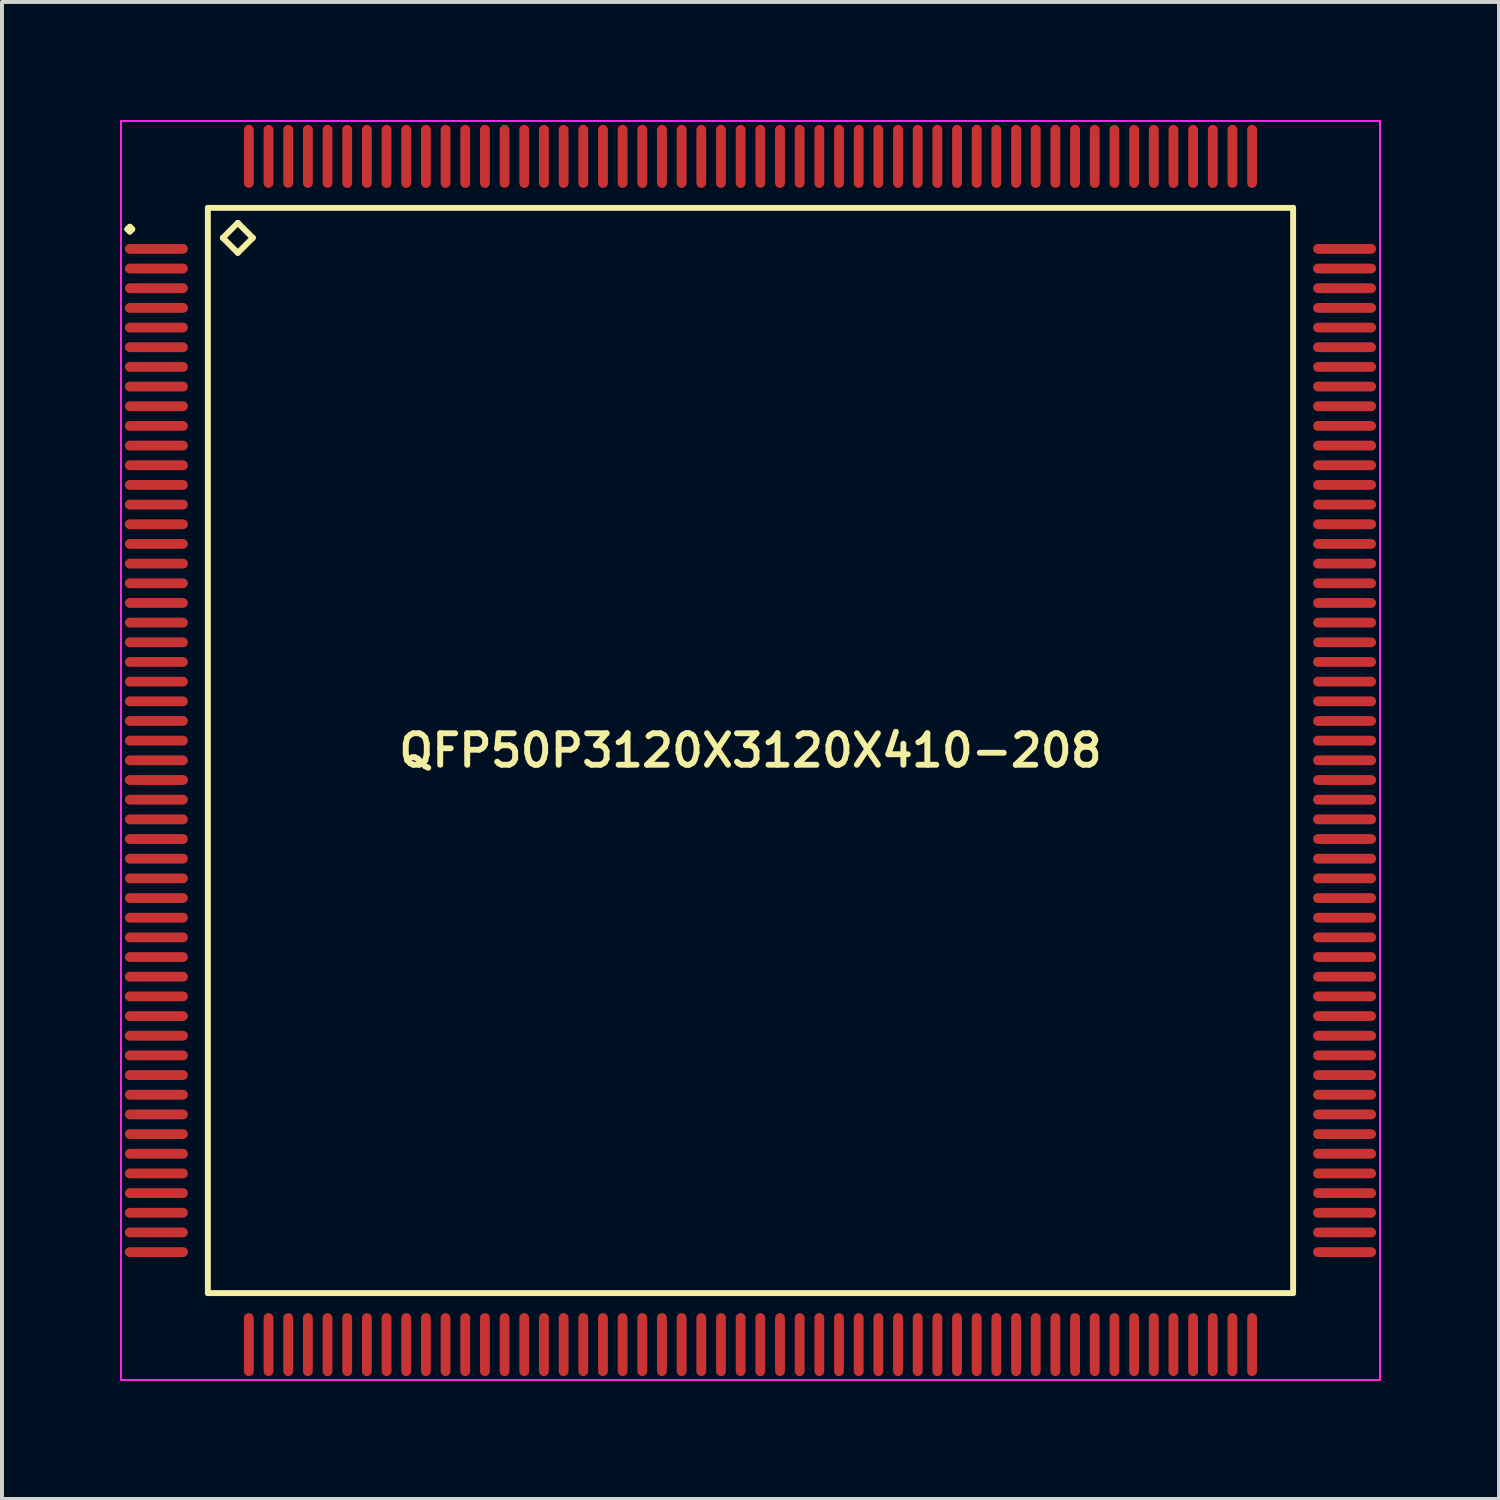
<source format=kicad_pcb>
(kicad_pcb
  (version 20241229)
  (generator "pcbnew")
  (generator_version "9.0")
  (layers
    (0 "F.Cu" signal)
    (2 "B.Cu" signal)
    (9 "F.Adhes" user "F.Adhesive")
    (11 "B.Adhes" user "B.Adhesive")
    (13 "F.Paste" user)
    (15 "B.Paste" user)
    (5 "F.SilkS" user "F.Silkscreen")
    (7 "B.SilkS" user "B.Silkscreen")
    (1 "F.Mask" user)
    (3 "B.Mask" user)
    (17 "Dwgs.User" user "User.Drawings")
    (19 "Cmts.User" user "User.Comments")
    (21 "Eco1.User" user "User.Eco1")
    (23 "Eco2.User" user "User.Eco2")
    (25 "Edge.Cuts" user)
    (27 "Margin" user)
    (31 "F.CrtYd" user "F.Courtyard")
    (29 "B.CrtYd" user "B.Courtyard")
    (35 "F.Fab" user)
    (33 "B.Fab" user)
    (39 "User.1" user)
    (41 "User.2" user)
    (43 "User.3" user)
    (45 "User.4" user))
  (footprint "QFP50P3120X3120X410-208"
    (layer "F.Cu")
    (at 16.025 16.025)
    (property "Reference" "QFP50P3120X3120X410-208" (at 0 0 0) (layer "F.SilkS") (effects (font (size 0.8 0.8) (thickness 0.15))))
    (attr smd)
    (fp_line (start -15.838 -13.25) (end -15.775 -13.312) (stroke (width 0.15) (type solid)) (layer "F.SilkS"))
    (fp_line (start -15.775 -13.312) (end -15.713 -13.25) (stroke (width 0.15) (type solid)) (layer "F.SilkS"))
    (fp_line (start -15.775 -13.188) (end -15.838 -13.25) (stroke (width 0.15) (type solid)) (layer "F.SilkS"))
    (fp_line (start -15.713 -13.25) (end -15.775 -13.188) (stroke (width 0.15) (type solid)) (layer "F.SilkS"))
    (fp_line (start -13.792 -13.792) (end -13.792 13.792) (stroke (width 0.15) (type solid)) (layer "F.SilkS"))
    (fp_line (start -13.792 13.792) (end 13.792 13.792) (stroke (width 0.15) (type solid)) (layer "F.SilkS"))
    (fp_line (start -13.411 -13.03) (end -13.03 -13.411) (stroke (width 0.15) (type solid)) (layer "F.SilkS"))
    (fp_line (start -13.03 -13.411) (end -12.649 -13.03) (stroke (width 0.15) (type solid)) (layer "F.SilkS"))
    (fp_line (start -13.03 -12.649) (end -13.411 -13.03) (stroke (width 0.15) (type solid)) (layer "F.SilkS"))
    (fp_line (start -12.649 -13.03) (end -13.03 -12.649) (stroke (width 0.15) (type solid)) (layer "F.SilkS"))
    (fp_line (start 13.792 -13.792) (end -13.792 -13.792) (stroke (width 0.15) (type solid)) (layer "F.SilkS"))
    (fp_line (start 13.792 13.792) (end 13.792 -13.792) (stroke (width 0.15) (type solid)) (layer "F.SilkS"))
    (fp_line (start -16 -16) (end 16 -16) (stroke (width 0.05) (type solid)) (layer "F.CrtYd"))
    (fp_line (start -16 16) (end -16 -16) (stroke (width 0.05) (type solid)) (layer "F.CrtYd"))
    (fp_line (start 16 -16) (end 16 16) (stroke (width 0.05) (type solid)) (layer "F.CrtYd"))
    (fp_line (start 16 16) (end -16 16) (stroke (width 0.05) (type solid)) (layer "F.CrtYd"))
    (pad "1" smd oval (at -15.1 -12.75) (size 1.6 0.25) (layers "F.Cu" "F.Mask" "F.Paste"))
    (pad "2" smd oval (at -15.1 -12.25) (size 1.6 0.25) (layers "F.Cu" "F.Mask" "F.Paste"))
    (pad "3" smd oval (at -15.1 -11.75) (size 1.6 0.25) (layers "F.Cu" "F.Mask" "F.Paste"))
    (pad "4" smd oval (at -15.1 -11.25) (size 1.6 0.25) (layers "F.Cu" "F.Mask" "F.Paste"))
    (pad "5" smd oval (at -15.1 -10.75) (size 1.6 0.25) (layers "F.Cu" "F.Mask" "F.Paste"))
    (pad "6" smd oval (at -15.1 -10.25) (size 1.6 0.25) (layers "F.Cu" "F.Mask" "F.Paste"))
    (pad "7" smd oval (at -15.1 -9.75) (size 1.6 0.25) (layers "F.Cu" "F.Mask" "F.Paste"))
    (pad "8" smd oval (at -15.1 -9.25) (size 1.6 0.25) (layers "F.Cu" "F.Mask" "F.Paste"))
    (pad "9" smd oval (at -15.1 -8.75) (size 1.6 0.25) (layers "F.Cu" "F.Mask" "F.Paste"))
    (pad "10" smd oval (at -15.1 -8.25) (size 1.6 0.25) (layers "F.Cu" "F.Mask" "F.Paste"))
    (pad "11" smd oval (at -15.1 -7.75) (size 1.6 0.25) (layers "F.Cu" "F.Mask" "F.Paste"))
    (pad "12" smd oval (at -15.1 -7.25) (size 1.6 0.25) (layers "F.Cu" "F.Mask" "F.Paste"))
    (pad "13" smd oval (at -15.1 -6.75) (size 1.6 0.25) (layers "F.Cu" "F.Mask" "F.Paste"))
    (pad "14" smd oval (at -15.1 -6.25) (size 1.6 0.25) (layers "F.Cu" "F.Mask" "F.Paste"))
    (pad "15" smd oval (at -15.1 -5.75) (size 1.6 0.25) (layers "F.Cu" "F.Mask" "F.Paste"))
    (pad "16" smd oval (at -15.1 -5.25) (size 1.6 0.25) (layers "F.Cu" "F.Mask" "F.Paste"))
    (pad "17" smd oval (at -15.1 -4.75) (size 1.6 0.25) (layers "F.Cu" "F.Mask" "F.Paste"))
    (pad "18" smd oval (at -15.1 -4.25) (size 1.6 0.25) (layers "F.Cu" "F.Mask" "F.Paste"))
    (pad "19" smd oval (at -15.1 -3.75) (size 1.6 0.25) (layers "F.Cu" "F.Mask" "F.Paste"))
    (pad "20" smd oval (at -15.1 -3.25) (size 1.6 0.25) (layers "F.Cu" "F.Mask" "F.Paste"))
    (pad "21" smd oval (at -15.1 -2.75) (size 1.6 0.25) (layers "F.Cu" "F.Mask" "F.Paste"))
    (pad "22" smd oval (at -15.1 -2.25) (size 1.6 0.25) (layers "F.Cu" "F.Mask" "F.Paste"))
    (pad "23" smd oval (at -15.1 -1.75) (size 1.6 0.25) (layers "F.Cu" "F.Mask" "F.Paste"))
    (pad "24" smd oval (at -15.1 -1.25) (size 1.6 0.25) (layers "F.Cu" "F.Mask" "F.Paste"))
    (pad "25" smd oval (at -15.1 -0.75) (size 1.6 0.25) (layers "F.Cu" "F.Mask" "F.Paste"))
    (pad "26" smd oval (at -15.1 -0.25) (size 1.6 0.25) (layers "F.Cu" "F.Mask" "F.Paste"))
    (pad "27" smd oval (at -15.1 0.25) (size 1.6 0.25) (layers "F.Cu" "F.Mask" "F.Paste"))
    (pad "28" smd oval (at -15.1 0.75) (size 1.6 0.25) (layers "F.Cu" "F.Mask" "F.Paste"))
    (pad "29" smd oval (at -15.1 1.25) (size 1.6 0.25) (layers "F.Cu" "F.Mask" "F.Paste"))
    (pad "30" smd oval (at -15.1 1.75) (size 1.6 0.25) (layers "F.Cu" "F.Mask" "F.Paste"))
    (pad "31" smd oval (at -15.1 2.25) (size 1.6 0.25) (layers "F.Cu" "F.Mask" "F.Paste"))
    (pad "32" smd oval (at -15.1 2.75) (size 1.6 0.25) (layers "F.Cu" "F.Mask" "F.Paste"))
    (pad "33" smd oval (at -15.1 3.25) (size 1.6 0.25) (layers "F.Cu" "F.Mask" "F.Paste"))
    (pad "34" smd oval (at -15.1 3.75) (size 1.6 0.25) (layers "F.Cu" "F.Mask" "F.Paste"))
    (pad "35" smd oval (at -15.1 4.25) (size 1.6 0.25) (layers "F.Cu" "F.Mask" "F.Paste"))
    (pad "36" smd oval (at -15.1 4.75) (size 1.6 0.25) (layers "F.Cu" "F.Mask" "F.Paste"))
    (pad "37" smd oval (at -15.1 5.25) (size 1.6 0.25) (layers "F.Cu" "F.Mask" "F.Paste"))
    (pad "38" smd oval (at -15.1 5.75) (size 1.6 0.25) (layers "F.Cu" "F.Mask" "F.Paste"))
    (pad "39" smd oval (at -15.1 6.25) (size 1.6 0.25) (layers "F.Cu" "F.Mask" "F.Paste"))
    (pad "40" smd oval (at -15.1 6.75) (size 1.6 0.25) (layers "F.Cu" "F.Mask" "F.Paste"))
    (pad "41" smd oval (at -15.1 7.25) (size 1.6 0.25) (layers "F.Cu" "F.Mask" "F.Paste"))
    (pad "42" smd oval (at -15.1 7.75) (size 1.6 0.25) (layers "F.Cu" "F.Mask" "F.Paste"))
    (pad "43" smd oval (at -15.1 8.25) (size 1.6 0.25) (layers "F.Cu" "F.Mask" "F.Paste"))
    (pad "44" smd oval (at -15.1 8.75) (size 1.6 0.25) (layers "F.Cu" "F.Mask" "F.Paste"))
    (pad "45" smd oval (at -15.1 9.25) (size 1.6 0.25) (layers "F.Cu" "F.Mask" "F.Paste"))
    (pad "46" smd oval (at -15.1 9.75) (size 1.6 0.25) (layers "F.Cu" "F.Mask" "F.Paste"))
    (pad "47" smd oval (at -15.1 10.25) (size 1.6 0.25) (layers "F.Cu" "F.Mask" "F.Paste"))
    (pad "48" smd oval (at -15.1 10.75) (size 1.6 0.25) (layers "F.Cu" "F.Mask" "F.Paste"))
    (pad "49" smd oval (at -15.1 11.25) (size 1.6 0.25) (layers "F.Cu" "F.Mask" "F.Paste"))
    (pad "50" smd oval (at -15.1 11.75) (size 1.6 0.25) (layers "F.Cu" "F.Mask" "F.Paste"))
    (pad "51" smd oval (at -15.1 12.25) (size 1.6 0.25) (layers "F.Cu" "F.Mask" "F.Paste"))
    (pad "52" smd oval (at -15.1 12.75) (size 1.6 0.25) (layers "F.Cu" "F.Mask" "F.Paste"))
    (pad "53" smd oval (at -12.75 15.1) (size 0.25 1.6) (layers "F.Cu" "F.Mask" "F.Paste"))
    (pad "54" smd oval (at -12.25 15.1) (size 0.25 1.6) (layers "F.Cu" "F.Mask" "F.Paste"))
    (pad "55" smd oval (at -11.75 15.1) (size 0.25 1.6) (layers "F.Cu" "F.Mask" "F.Paste"))
    (pad "56" smd oval (at -11.25 15.1) (size 0.25 1.6) (layers "F.Cu" "F.Mask" "F.Paste"))
    (pad "57" smd oval (at -10.75 15.1) (size 0.25 1.6) (layers "F.Cu" "F.Mask" "F.Paste"))
    (pad "58" smd oval (at -10.25 15.1) (size 0.25 1.6) (layers "F.Cu" "F.Mask" "F.Paste"))
    (pad "59" smd oval (at -9.75 15.1) (size 0.25 1.6) (layers "F.Cu" "F.Mask" "F.Paste"))
    (pad "60" smd oval (at -9.25 15.1) (size 0.25 1.6) (layers "F.Cu" "F.Mask" "F.Paste"))
    (pad "61" smd oval (at -8.75 15.1) (size 0.25 1.6) (layers "F.Cu" "F.Mask" "F.Paste"))
    (pad "62" smd oval (at -8.25 15.1) (size 0.25 1.6) (layers "F.Cu" "F.Mask" "F.Paste"))
    (pad "63" smd oval (at -7.75 15.1) (size 0.25 1.6) (layers "F.Cu" "F.Mask" "F.Paste"))
    (pad "64" smd oval (at -7.25 15.1) (size 0.25 1.6) (layers "F.Cu" "F.Mask" "F.Paste"))
    (pad "65" smd oval (at -6.75 15.1) (size 0.25 1.6) (layers "F.Cu" "F.Mask" "F.Paste"))
    (pad "66" smd oval (at -6.25 15.1) (size 0.25 1.6) (layers "F.Cu" "F.Mask" "F.Paste"))
    (pad "67" smd oval (at -5.75 15.1) (size 0.25 1.6) (layers "F.Cu" "F.Mask" "F.Paste"))
    (pad "68" smd oval (at -5.25 15.1) (size 0.25 1.6) (layers "F.Cu" "F.Mask" "F.Paste"))
    (pad "69" smd oval (at -4.75 15.1) (size 0.25 1.6) (layers "F.Cu" "F.Mask" "F.Paste"))
    (pad "70" smd oval (at -4.25 15.1) (size 0.25 1.6) (layers "F.Cu" "F.Mask" "F.Paste"))
    (pad "71" smd oval (at -3.75 15.1) (size 0.25 1.6) (layers "F.Cu" "F.Mask" "F.Paste"))
    (pad "72" smd oval (at -3.25 15.1) (size 0.25 1.6) (layers "F.Cu" "F.Mask" "F.Paste"))
    (pad "73" smd oval (at -2.75 15.1) (size 0.25 1.6) (layers "F.Cu" "F.Mask" "F.Paste"))
    (pad "74" smd oval (at -2.25 15.1) (size 0.25 1.6) (layers "F.Cu" "F.Mask" "F.Paste"))
    (pad "75" smd oval (at -1.75 15.1) (size 0.25 1.6) (layers "F.Cu" "F.Mask" "F.Paste"))
    (pad "76" smd oval (at -1.25 15.1) (size 0.25 1.6) (layers "F.Cu" "F.Mask" "F.Paste"))
    (pad "77" smd oval (at -0.75 15.1) (size 0.25 1.6) (layers "F.Cu" "F.Mask" "F.Paste"))
    (pad "78" smd oval (at -0.25 15.1) (size 0.25 1.6) (layers "F.Cu" "F.Mask" "F.Paste"))
    (pad "79" smd oval (at 0.25 15.1) (size 0.25 1.6) (layers "F.Cu" "F.Mask" "F.Paste"))
    (pad "80" smd oval (at 0.75 15.1) (size 0.25 1.6) (layers "F.Cu" "F.Mask" "F.Paste"))
    (pad "81" smd oval (at 1.25 15.1) (size 0.25 1.6) (layers "F.Cu" "F.Mask" "F.Paste"))
    (pad "82" smd oval (at 1.75 15.1) (size 0.25 1.6) (layers "F.Cu" "F.Mask" "F.Paste"))
    (pad "83" smd oval (at 2.25 15.1) (size 0.25 1.6) (layers "F.Cu" "F.Mask" "F.Paste"))
    (pad "84" smd oval (at 2.75 15.1) (size 0.25 1.6) (layers "F.Cu" "F.Mask" "F.Paste"))
    (pad "85" smd oval (at 3.25 15.1) (size 0.25 1.6) (layers "F.Cu" "F.Mask" "F.Paste"))
    (pad "86" smd oval (at 3.75 15.1) (size 0.25 1.6) (layers "F.Cu" "F.Mask" "F.Paste"))
    (pad "87" smd oval (at 4.25 15.1) (size 0.25 1.6) (layers "F.Cu" "F.Mask" "F.Paste"))
    (pad "88" smd oval (at 4.75 15.1) (size 0.25 1.6) (layers "F.Cu" "F.Mask" "F.Paste"))
    (pad "89" smd oval (at 5.25 15.1) (size 0.25 1.6) (layers "F.Cu" "F.Mask" "F.Paste"))
    (pad "90" smd oval (at 5.75 15.1) (size 0.25 1.6) (layers "F.Cu" "F.Mask" "F.Paste"))
    (pad "91" smd oval (at 6.25 15.1) (size 0.25 1.6) (layers "F.Cu" "F.Mask" "F.Paste"))
    (pad "92" smd oval (at 6.75 15.1) (size 0.25 1.6) (layers "F.Cu" "F.Mask" "F.Paste"))
    (pad "93" smd oval (at 7.25 15.1) (size 0.25 1.6) (layers "F.Cu" "F.Mask" "F.Paste"))
    (pad "94" smd oval (at 7.75 15.1) (size 0.25 1.6) (layers "F.Cu" "F.Mask" "F.Paste"))
    (pad "95" smd oval (at 8.25 15.1) (size 0.25 1.6) (layers "F.Cu" "F.Mask" "F.Paste"))
    (pad "96" smd oval (at 8.75 15.1) (size 0.25 1.6) (layers "F.Cu" "F.Mask" "F.Paste"))
    (pad "97" smd oval (at 9.25 15.1) (size 0.25 1.6) (layers "F.Cu" "F.Mask" "F.Paste"))
    (pad "98" smd oval (at 9.75 15.1) (size 0.25 1.6) (layers "F.Cu" "F.Mask" "F.Paste"))
    (pad "99" smd oval (at 10.25 15.1) (size 0.25 1.6) (layers "F.Cu" "F.Mask" "F.Paste"))
    (pad "100" smd oval (at 10.75 15.1) (size 0.25 1.6) (layers "F.Cu" "F.Mask" "F.Paste"))
    (pad "101" smd oval (at 11.25 15.1) (size 0.25 1.6) (layers "F.Cu" "F.Mask" "F.Paste"))
    (pad "102" smd oval (at 11.75 15.1) (size 0.25 1.6) (layers "F.Cu" "F.Mask" "F.Paste"))
    (pad "103" smd oval (at 12.25 15.1) (size 0.25 1.6) (layers "F.Cu" "F.Mask" "F.Paste"))
    (pad "104" smd oval (at 12.75 15.1) (size 0.25 1.6) (layers "F.Cu" "F.Mask" "F.Paste"))
    (pad "105" smd oval (at 15.1 12.75) (size 1.6 0.25) (layers "F.Cu" "F.Mask" "F.Paste"))
    (pad "106" smd oval (at 15.1 12.25) (size 1.6 0.25) (layers "F.Cu" "F.Mask" "F.Paste"))
    (pad "107" smd oval (at 15.1 11.75) (size 1.6 0.25) (layers "F.Cu" "F.Mask" "F.Paste"))
    (pad "108" smd oval (at 15.1 11.25) (size 1.6 0.25) (layers "F.Cu" "F.Mask" "F.Paste"))
    (pad "109" smd oval (at 15.1 10.75) (size 1.6 0.25) (layers "F.Cu" "F.Mask" "F.Paste"))
    (pad "110" smd oval (at 15.1 10.25) (size 1.6 0.25) (layers "F.Cu" "F.Mask" "F.Paste"))
    (pad "111" smd oval (at 15.1 9.75) (size 1.6 0.25) (layers "F.Cu" "F.Mask" "F.Paste"))
    (pad "112" smd oval (at 15.1 9.25) (size 1.6 0.25) (layers "F.Cu" "F.Mask" "F.Paste"))
    (pad "113" smd oval (at 15.1 8.75) (size 1.6 0.25) (layers "F.Cu" "F.Mask" "F.Paste"))
    (pad "114" smd oval (at 15.1 8.25) (size 1.6 0.25) (layers "F.Cu" "F.Mask" "F.Paste"))
    (pad "115" smd oval (at 15.1 7.75) (size 1.6 0.25) (layers "F.Cu" "F.Mask" "F.Paste"))
    (pad "116" smd oval (at 15.1 7.25) (size 1.6 0.25) (layers "F.Cu" "F.Mask" "F.Paste"))
    (pad "117" smd oval (at 15.1 6.75) (size 1.6 0.25) (layers "F.Cu" "F.Mask" "F.Paste"))
    (pad "118" smd oval (at 15.1 6.25) (size 1.6 0.25) (layers "F.Cu" "F.Mask" "F.Paste"))
    (pad "119" smd oval (at 15.1 5.75) (size 1.6 0.25) (layers "F.Cu" "F.Mask" "F.Paste"))
    (pad "120" smd oval (at 15.1 5.25) (size 1.6 0.25) (layers "F.Cu" "F.Mask" "F.Paste"))
    (pad "121" smd oval (at 15.1 4.75) (size 1.6 0.25) (layers "F.Cu" "F.Mask" "F.Paste"))
    (pad "122" smd oval (at 15.1 4.25) (size 1.6 0.25) (layers "F.Cu" "F.Mask" "F.Paste"))
    (pad "123" smd oval (at 15.1 3.75) (size 1.6 0.25) (layers "F.Cu" "F.Mask" "F.Paste"))
    (pad "124" smd oval (at 15.1 3.25) (size 1.6 0.25) (layers "F.Cu" "F.Mask" "F.Paste"))
    (pad "125" smd oval (at 15.1 2.75) (size 1.6 0.25) (layers "F.Cu" "F.Mask" "F.Paste"))
    (pad "126" smd oval (at 15.1 2.25) (size 1.6 0.25) (layers "F.Cu" "F.Mask" "F.Paste"))
    (pad "127" smd oval (at 15.1 1.75) (size 1.6 0.25) (layers "F.Cu" "F.Mask" "F.Paste"))
    (pad "128" smd oval (at 15.1 1.25) (size 1.6 0.25) (layers "F.Cu" "F.Mask" "F.Paste"))
    (pad "129" smd oval (at 15.1 0.75) (size 1.6 0.25) (layers "F.Cu" "F.Mask" "F.Paste"))
    (pad "130" smd oval (at 15.1 0.25) (size 1.6 0.25) (layers "F.Cu" "F.Mask" "F.Paste"))
    (pad "131" smd oval (at 15.1 -0.25) (size 1.6 0.25) (layers "F.Cu" "F.Mask" "F.Paste"))
    (pad "132" smd oval (at 15.1 -0.75) (size 1.6 0.25) (layers "F.Cu" "F.Mask" "F.Paste"))
    (pad "133" smd oval (at 15.1 -1.25) (size 1.6 0.25) (layers "F.Cu" "F.Mask" "F.Paste"))
    (pad "134" smd oval (at 15.1 -1.75) (size 1.6 0.25) (layers "F.Cu" "F.Mask" "F.Paste"))
    (pad "135" smd oval (at 15.1 -2.25) (size 1.6 0.25) (layers "F.Cu" "F.Mask" "F.Paste"))
    (pad "136" smd oval (at 15.1 -2.75) (size 1.6 0.25) (layers "F.Cu" "F.Mask" "F.Paste"))
    (pad "137" smd oval (at 15.1 -3.25) (size 1.6 0.25) (layers "F.Cu" "F.Mask" "F.Paste"))
    (pad "138" smd oval (at 15.1 -3.75) (size 1.6 0.25) (layers "F.Cu" "F.Mask" "F.Paste"))
    (pad "139" smd oval (at 15.1 -4.25) (size 1.6 0.25) (layers "F.Cu" "F.Mask" "F.Paste"))
    (pad "140" smd oval (at 15.1 -4.75) (size 1.6 0.25) (layers "F.Cu" "F.Mask" "F.Paste"))
    (pad "141" smd oval (at 15.1 -5.25) (size 1.6 0.25) (layers "F.Cu" "F.Mask" "F.Paste"))
    (pad "142" smd oval (at 15.1 -5.75) (size 1.6 0.25) (layers "F.Cu" "F.Mask" "F.Paste"))
    (pad "143" smd oval (at 15.1 -6.25) (size 1.6 0.25) (layers "F.Cu" "F.Mask" "F.Paste"))
    (pad "144" smd oval (at 15.1 -6.75) (size 1.6 0.25) (layers "F.Cu" "F.Mask" "F.Paste"))
    (pad "145" smd oval (at 15.1 -7.25) (size 1.6 0.25) (layers "F.Cu" "F.Mask" "F.Paste"))
    (pad "146" smd oval (at 15.1 -7.75) (size 1.6 0.25) (layers "F.Cu" "F.Mask" "F.Paste"))
    (pad "147" smd oval (at 15.1 -8.25) (size 1.6 0.25) (layers "F.Cu" "F.Mask" "F.Paste"))
    (pad "148" smd oval (at 15.1 -8.75) (size 1.6 0.25) (layers "F.Cu" "F.Mask" "F.Paste"))
    (pad "149" smd oval (at 15.1 -9.25) (size 1.6 0.25) (layers "F.Cu" "F.Mask" "F.Paste"))
    (pad "150" smd oval (at 15.1 -9.75) (size 1.6 0.25) (layers "F.Cu" "F.Mask" "F.Paste"))
    (pad "151" smd oval (at 15.1 -10.25) (size 1.6 0.25) (layers "F.Cu" "F.Mask" "F.Paste"))
    (pad "152" smd oval (at 15.1 -10.75) (size 1.6 0.25) (layers "F.Cu" "F.Mask" "F.Paste"))
    (pad "153" smd oval (at 15.1 -11.25) (size 1.6 0.25) (layers "F.Cu" "F.Mask" "F.Paste"))
    (pad "154" smd oval (at 15.1 -11.75) (size 1.6 0.25) (layers "F.Cu" "F.Mask" "F.Paste"))
    (pad "155" smd oval (at 15.1 -12.25) (size 1.6 0.25) (layers "F.Cu" "F.Mask" "F.Paste"))
    (pad "156" smd oval (at 15.1 -12.75) (size 1.6 0.25) (layers "F.Cu" "F.Mask" "F.Paste"))
    (pad "157" smd oval (at 12.75 -15.1) (size 0.25 1.6) (layers "F.Cu" "F.Mask" "F.Paste"))
    (pad "158" smd oval (at 12.25 -15.1) (size 0.25 1.6) (layers "F.Cu" "F.Mask" "F.Paste"))
    (pad "159" smd oval (at 11.75 -15.1) (size 0.25 1.6) (layers "F.Cu" "F.Mask" "F.Paste"))
    (pad "160" smd oval (at 11.25 -15.1) (size 0.25 1.6) (layers "F.Cu" "F.Mask" "F.Paste"))
    (pad "161" smd oval (at 10.75 -15.1) (size 0.25 1.6) (layers "F.Cu" "F.Mask" "F.Paste"))
    (pad "162" smd oval (at 10.25 -15.1) (size 0.25 1.6) (layers "F.Cu" "F.Mask" "F.Paste"))
    (pad "163" smd oval (at 9.75 -15.1) (size 0.25 1.6) (layers "F.Cu" "F.Mask" "F.Paste"))
    (pad "164" smd oval (at 9.25 -15.1) (size 0.25 1.6) (layers "F.Cu" "F.Mask" "F.Paste"))
    (pad "165" smd oval (at 8.75 -15.1) (size 0.25 1.6) (layers "F.Cu" "F.Mask" "F.Paste"))
    (pad "166" smd oval (at 8.25 -15.1) (size 0.25 1.6) (layers "F.Cu" "F.Mask" "F.Paste"))
    (pad "167" smd oval (at 7.75 -15.1) (size 0.25 1.6) (layers "F.Cu" "F.Mask" "F.Paste"))
    (pad "168" smd oval (at 7.25 -15.1) (size 0.25 1.6) (layers "F.Cu" "F.Mask" "F.Paste"))
    (pad "169" smd oval (at 6.75 -15.1) (size 0.25 1.6) (layers "F.Cu" "F.Mask" "F.Paste"))
    (pad "170" smd oval (at 6.25 -15.1) (size 0.25 1.6) (layers "F.Cu" "F.Mask" "F.Paste"))
    (pad "171" smd oval (at 5.75 -15.1) (size 0.25 1.6) (layers "F.Cu" "F.Mask" "F.Paste"))
    (pad "172" smd oval (at 5.25 -15.1) (size 0.25 1.6) (layers "F.Cu" "F.Mask" "F.Paste"))
    (pad "173" smd oval (at 4.75 -15.1) (size 0.25 1.6) (layers "F.Cu" "F.Mask" "F.Paste"))
    (pad "174" smd oval (at 4.25 -15.1) (size 0.25 1.6) (layers "F.Cu" "F.Mask" "F.Paste"))
    (pad "175" smd oval (at 3.75 -15.1) (size 0.25 1.6) (layers "F.Cu" "F.Mask" "F.Paste"))
    (pad "176" smd oval (at 3.25 -15.1) (size 0.25 1.6) (layers "F.Cu" "F.Mask" "F.Paste"))
    (pad "177" smd oval (at 2.75 -15.1) (size 0.25 1.6) (layers "F.Cu" "F.Mask" "F.Paste"))
    (pad "178" smd oval (at 2.25 -15.1) (size 0.25 1.6) (layers "F.Cu" "F.Mask" "F.Paste"))
    (pad "179" smd oval (at 1.75 -15.1) (size 0.25 1.6) (layers "F.Cu" "F.Mask" "F.Paste"))
    (pad "180" smd oval (at 1.25 -15.1) (size 0.25 1.6) (layers "F.Cu" "F.Mask" "F.Paste"))
    (pad "181" smd oval (at 0.75 -15.1) (size 0.25 1.6) (layers "F.Cu" "F.Mask" "F.Paste"))
    (pad "182" smd oval (at 0.25 -15.1) (size 0.25 1.6) (layers "F.Cu" "F.Mask" "F.Paste"))
    (pad "183" smd oval (at -0.25 -15.1) (size 0.25 1.6) (layers "F.Cu" "F.Mask" "F.Paste"))
    (pad "184" smd oval (at -0.75 -15.1) (size 0.25 1.6) (layers "F.Cu" "F.Mask" "F.Paste"))
    (pad "185" smd oval (at -1.25 -15.1) (size 0.25 1.6) (layers "F.Cu" "F.Mask" "F.Paste"))
    (pad "186" smd oval (at -1.75 -15.1) (size 0.25 1.6) (layers "F.Cu" "F.Mask" "F.Paste"))
    (pad "187" smd oval (at -2.25 -15.1) (size 0.25 1.6) (layers "F.Cu" "F.Mask" "F.Paste"))
    (pad "188" smd oval (at -2.75 -15.1) (size 0.25 1.6) (layers "F.Cu" "F.Mask" "F.Paste"))
    (pad "189" smd oval (at -3.25 -15.1) (size 0.25 1.6) (layers "F.Cu" "F.Mask" "F.Paste"))
    (pad "190" smd oval (at -3.75 -15.1) (size 0.25 1.6) (layers "F.Cu" "F.Mask" "F.Paste"))
    (pad "191" smd oval (at -4.25 -15.1) (size 0.25 1.6) (layers "F.Cu" "F.Mask" "F.Paste"))
    (pad "192" smd oval (at -4.75 -15.1) (size 0.25 1.6) (layers "F.Cu" "F.Mask" "F.Paste"))
    (pad "193" smd oval (at -5.25 -15.1) (size 0.25 1.6) (layers "F.Cu" "F.Mask" "F.Paste"))
    (pad "194" smd oval (at -5.75 -15.1) (size 0.25 1.6) (layers "F.Cu" "F.Mask" "F.Paste"))
    (pad "195" smd oval (at -6.25 -15.1) (size 0.25 1.6) (layers "F.Cu" "F.Mask" "F.Paste"))
    (pad "196" smd oval (at -6.75 -15.1) (size 0.25 1.6) (layers "F.Cu" "F.Mask" "F.Paste"))
    (pad "197" smd oval (at -7.25 -15.1) (size 0.25 1.6) (layers "F.Cu" "F.Mask" "F.Paste"))
    (pad "198" smd oval (at -7.75 -15.1) (size 0.25 1.6) (layers "F.Cu" "F.Mask" "F.Paste"))
    (pad "199" smd oval (at -8.25 -15.1) (size 0.25 1.6) (layers "F.Cu" "F.Mask" "F.Paste"))
    (pad "200" smd oval (at -8.75 -15.1) (size 0.25 1.6) (layers "F.Cu" "F.Mask" "F.Paste"))
    (pad "201" smd oval (at -9.25 -15.1) (size 0.25 1.6) (layers "F.Cu" "F.Mask" "F.Paste"))
    (pad "202" smd oval (at -9.75 -15.1) (size 0.25 1.6) (layers "F.Cu" "F.Mask" "F.Paste"))
    (pad "203" smd oval (at -10.25 -15.1) (size 0.25 1.6) (layers "F.Cu" "F.Mask" "F.Paste"))
    (pad "204" smd oval (at -10.75 -15.1) (size 0.25 1.6) (layers "F.Cu" "F.Mask" "F.Paste"))
    (pad "205" smd oval (at -11.25 -15.1) (size 0.25 1.6) (layers "F.Cu" "F.Mask" "F.Paste"))
    (pad "206" smd oval (at -11.75 -15.1) (size 0.25 1.6) (layers "F.Cu" "F.Mask" "F.Paste"))
    (pad "207" smd oval (at -12.25 -15.1) (size 0.25 1.6) (layers "F.Cu" "F.Mask" "F.Paste"))
    (pad "208" smd oval (at -12.75 -15.1) (size 0.25 1.6) (layers "F.Cu" "F.Mask" "F.Paste")))
  (gr_rect
    (start -3 -3)
    (end 35.05 35.05)
    (stroke (width 0.1) (type default))
    (fill no)
    (layer "Edge.Cuts")))
</source>
